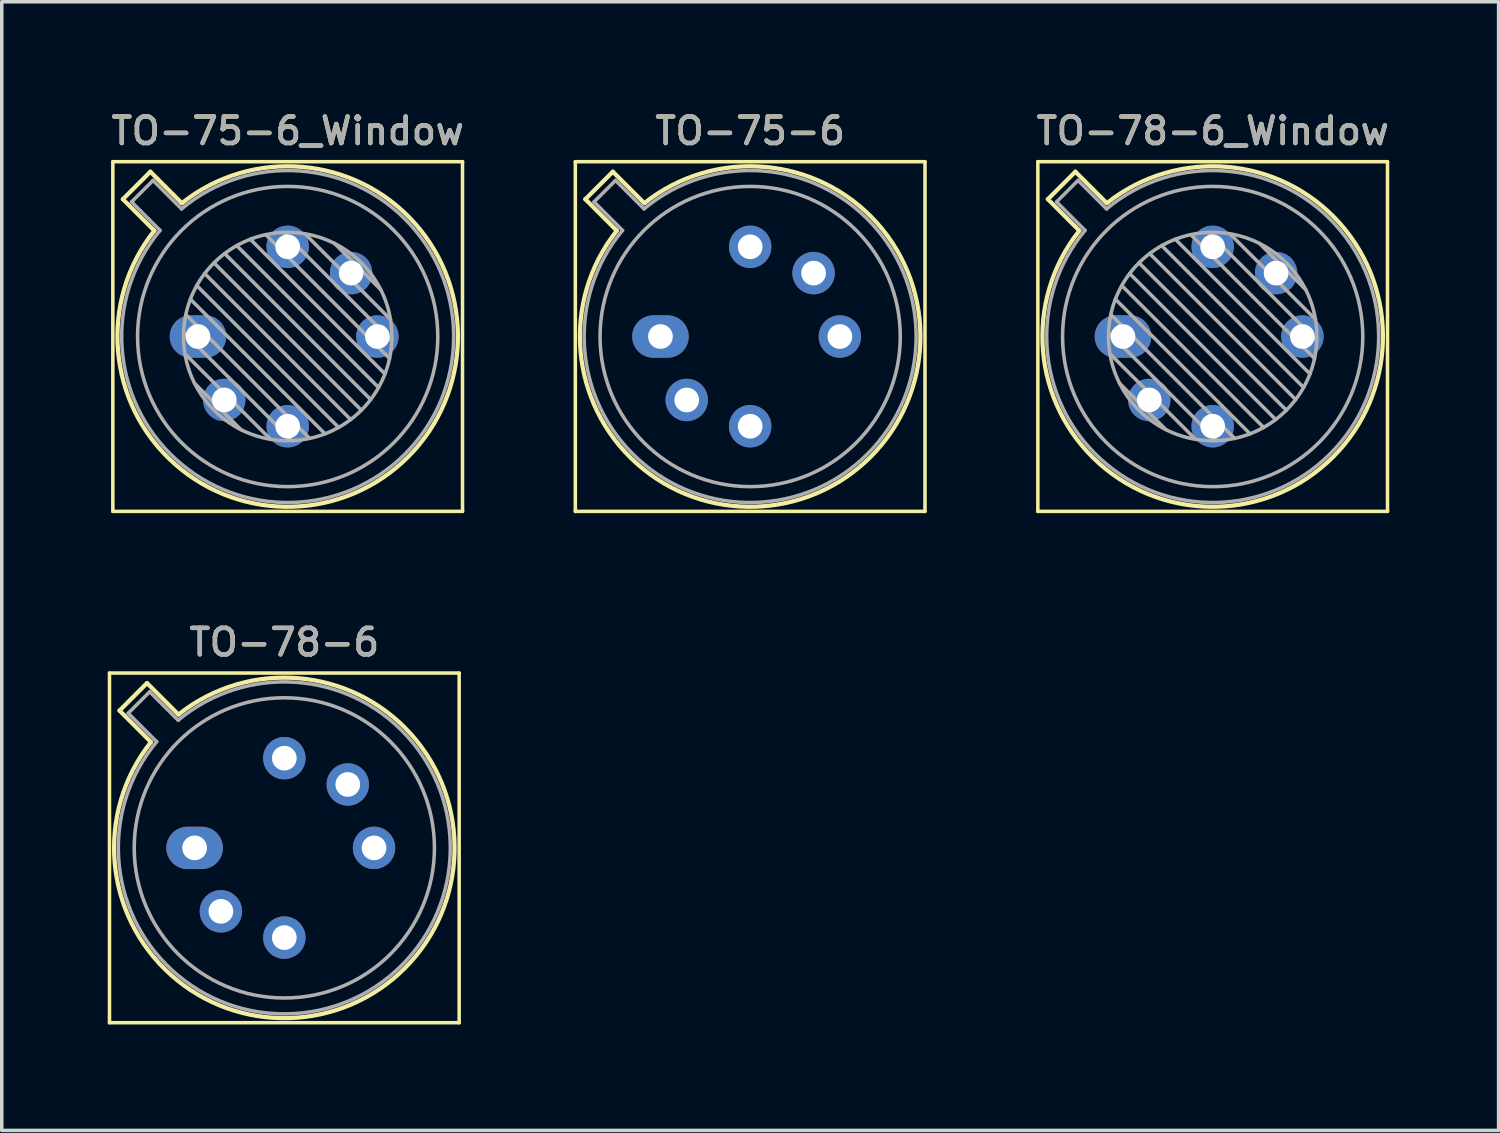
<source format=kicad_pcb>
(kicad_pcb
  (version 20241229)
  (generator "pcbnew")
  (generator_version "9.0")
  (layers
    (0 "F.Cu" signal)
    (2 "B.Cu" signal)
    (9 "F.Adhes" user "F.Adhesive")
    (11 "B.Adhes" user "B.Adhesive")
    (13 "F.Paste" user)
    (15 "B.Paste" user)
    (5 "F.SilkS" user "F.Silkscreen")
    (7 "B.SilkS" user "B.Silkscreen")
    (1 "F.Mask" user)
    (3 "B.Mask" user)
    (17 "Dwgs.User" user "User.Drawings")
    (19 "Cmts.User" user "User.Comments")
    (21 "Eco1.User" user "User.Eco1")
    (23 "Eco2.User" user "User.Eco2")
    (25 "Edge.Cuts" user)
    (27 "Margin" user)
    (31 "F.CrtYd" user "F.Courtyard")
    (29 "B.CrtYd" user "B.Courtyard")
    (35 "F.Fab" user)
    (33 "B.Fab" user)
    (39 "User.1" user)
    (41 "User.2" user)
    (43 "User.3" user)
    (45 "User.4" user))
  (footprint "TO-78-6_Window"
    (layer "F.Cu")
    (at 28.744 6.478)
    (property "Reference" "TO-78-6_Window" (at 2.54 -5.82 0) (layer "F.SilkS") (effects (font (size 0.75 0.75) (thickness 0.125))))
    (attr through_hole)
    (fp_line (start -2.41 -4.95) (end -2.41 4.95) (stroke (width 0.1) (type solid)) (layer "F.SilkS"))
    (fp_line (start -2.41 4.95) (end 7.49 4.95) (stroke (width 0.1) (type solid)) (layer "F.SilkS"))
    (fp_line (start -2.126 -3.888) (end -1.235 -2.997) (stroke (width 0.12) (type solid)) (layer "F.SilkS"))
    (fp_line (start -1.348 -4.666) (end -2.126 -3.888) (stroke (width 0.12) (type solid)) (layer "F.SilkS"))
    (fp_line (start -0.457 -3.775) (end -1.348 -4.666) (stroke (width 0.12) (type solid)) (layer "F.SilkS"))
    (fp_line (start 7.49 -4.95) (end -2.41 -4.95) (stroke (width 0.1) (type solid)) (layer "F.SilkS"))
    (fp_line (start 7.49 4.95) (end 7.49 -4.95) (stroke (width 0.1) (type solid)) (layer "F.SilkS"))
    (fp_arc (start -0.457084 -3.774902) (mid 5.948255 3.408255) (end -1.234902 -2.997084) (stroke (width 0.12) (type solid)) (layer "F.SilkS"))
    (fp_line (start -1.88 -3.812) (end -1.074 -3.005) (stroke (width 0.1) (type solid)) (layer "F.Fab"))
    (fp_line (start -1.272 -4.42) (end -1.88 -3.812) (stroke (width 0.1) (type solid)) (layer "F.Fab"))
    (fp_line (start -0.465 -3.614) (end -1.272 -4.42) (stroke (width 0.1) (type solid)) (layer "F.Fab"))
    (fp_line (start -0.408 -0.12) (end 2.66 2.948) (stroke (width 0.1) (type solid)) (layer "F.Fab"))
    (fp_line (start -0.371 0.485) (end 2.055 2.911) (stroke (width 0.1) (type solid)) (layer "F.Fab"))
    (fp_line (start -0.344 -0.622) (end 3.162 2.884) (stroke (width 0.1) (type solid)) (layer "F.Fab"))
    (fp_line (start -0.215 -1.058) (end 3.598 2.755) (stroke (width 0.1) (type solid)) (layer "F.Fab"))
    (fp_line (start -0.097 1.324) (end 1.216 2.637) (stroke (width 0.1) (type solid)) (layer "F.Fab"))
    (fp_line (start -0.034 -1.443) (end 3.983 2.574) (stroke (width 0.1) (type solid)) (layer "F.Fab"))
    (fp_line (start 0.19 -1.784) (end 4.324 2.35) (stroke (width 0.1) (type solid)) (layer "F.Fab"))
    (fp_line (start 0.454 -2.086) (end 4.626 2.086) (stroke (width 0.1) (type solid)) (layer "F.Fab"))
    (fp_line (start 0.756 -2.35) (end 4.89 1.784) (stroke (width 0.1) (type solid)) (layer "F.Fab"))
    (fp_line (start 1.097 -2.574) (end 5.114 1.443) (stroke (width 0.1) (type solid)) (layer "F.Fab"))
    (fp_line (start 1.482 -2.755) (end 5.295 1.058) (stroke (width 0.1) (type solid)) (layer "F.Fab"))
    (fp_line (start 1.918 -2.884) (end 5.424 0.622) (stroke (width 0.1) (type solid)) (layer "F.Fab"))
    (fp_line (start 2.42 -2.948) (end 5.488 0.12) (stroke (width 0.1) (type solid)) (layer "F.Fab"))
    (fp_line (start 3.025 -2.911) (end 5.451 -0.485) (stroke (width 0.1) (type solid)) (layer "F.Fab"))
    (fp_line (start 3.864 -2.637) (end 5.177 -1.324) (stroke (width 0.1) (type solid)) (layer "F.Fab"))
    (fp_arc (start -0.465408 -3.61352) (mid 5.863402 3.323402) (end -1.07352 -3.005408) (stroke (width 0.1) (type solid)) (layer "F.Fab"))
    (fp_circle (center 2.54 0) (end 5.49 0) (stroke (width 0.1) (type solid)) (fill no) (layer "F.Fab"))
    (fp_circle (center 2.54 0) (end 6.79 0) (stroke (width 0.1) (type solid)) (fill no) (layer "F.Fab"))
    (fp_text user "${REFERENCE}" (at 2.54 -5.82 0) (layer "F.Fab") (effects (font (size 0.75 0.75) (thickness 0.125))))
    (pad "1" thru_hole oval (at 0 0) (size 1.6 1.2) (drill 0.7) (layers "*.Cu" "*.Mask"))
    (pad "2" thru_hole circle (at 0.744 1.796) (size 1.2 1.2) (drill 0.7) (layers "*.Cu" "*.Mask"))
    (pad "3" thru_hole circle (at 2.54 2.54) (size 1.2 1.2) (drill 0.7) (layers "*.Cu" "*.Mask"))
    (pad "4" thru_hole circle (at 5.08 0) (size 1.2 1.2) (drill 0.7) (layers "*.Cu" "*.Mask"))
    (pad "5" thru_hole circle (at 4.336 -1.796) (size 1.2 1.2) (drill 0.7) (layers "*.Cu" "*.Mask"))
    (pad "6" thru_hole circle (at 2.54 -2.54) (size 1.2 1.2) (drill 0.7) (layers "*.Cu" "*.Mask")))
  (footprint "TO-75-6"
    (layer "F.Cu")
    (at 15.649 6.478)
    (property "Reference" "TO-75-6" (at 2.54 -5.82 0) (layer "F.SilkS") (effects (font (size 0.75 0.75) (thickness 0.125))))
    (attr through_hole)
    (fp_line (start -2.41 -4.95) (end -2.41 4.95) (stroke (width 0.1) (type solid)) (layer "F.SilkS"))
    (fp_line (start -2.41 4.95) (end 7.49 4.95) (stroke (width 0.1) (type solid)) (layer "F.SilkS"))
    (fp_line (start -2.126 -3.888) (end -1.235 -2.997) (stroke (width 0.12) (type solid)) (layer "F.SilkS"))
    (fp_line (start -1.348 -4.666) (end -2.126 -3.888) (stroke (width 0.12) (type solid)) (layer "F.SilkS"))
    (fp_line (start -0.457 -3.775) (end -1.348 -4.666) (stroke (width 0.12) (type solid)) (layer "F.SilkS"))
    (fp_line (start 7.49 -4.95) (end -2.41 -4.95) (stroke (width 0.1) (type solid)) (layer "F.SilkS"))
    (fp_line (start 7.49 4.95) (end 7.49 -4.95) (stroke (width 0.1) (type solid)) (layer "F.SilkS"))
    (fp_arc (start -0.457084 -3.774902) (mid 5.948255 3.408255) (end -1.234902 -2.997084) (stroke (width 0.12) (type solid)) (layer "F.SilkS"))
    (fp_line (start -1.88 -3.812) (end -1.074 -3.005) (stroke (width 0.1) (type solid)) (layer "F.Fab"))
    (fp_line (start -1.272 -4.42) (end -1.88 -3.812) (stroke (width 0.1) (type solid)) (layer "F.Fab"))
    (fp_line (start -0.465 -3.614) (end -1.272 -4.42) (stroke (width 0.1) (type solid)) (layer "F.Fab"))
    (fp_arc (start -0.465408 -3.61352) (mid 5.863402 3.323402) (end -1.07352 -3.005408) (stroke (width 0.1) (type solid)) (layer "F.Fab"))
    (fp_circle (center 2.54 0) (end 6.79 0) (stroke (width 0.1) (type solid)) (fill no) (layer "F.Fab"))
    (fp_text user "${REFERENCE}" (at 2.54 -5.82 0) (layer "F.Fab") (effects (font (size 0.75 0.75) (thickness 0.125))))
    (pad "1" thru_hole oval (at 0 0) (size 1.6 1.2) (drill 0.7) (layers "*.Cu" "*.Mask"))
    (pad "2" thru_hole circle (at 0.744 1.796) (size 1.2 1.2) (drill 0.7) (layers "*.Cu" "*.Mask"))
    (pad "3" thru_hole circle (at 2.54 2.54) (size 1.2 1.2) (drill 0.7) (layers "*.Cu" "*.Mask"))
    (pad "4" thru_hole circle (at 5.08 0) (size 1.2 1.2) (drill 0.7) (layers "*.Cu" "*.Mask"))
    (pad "5" thru_hole circle (at 4.336 -1.796) (size 1.2 1.2) (drill 0.7) (layers "*.Cu" "*.Mask"))
    (pad "6" thru_hole circle (at 2.54 -2.54) (size 1.2 1.2) (drill 0.7) (layers "*.Cu" "*.Mask")))
  (footprint "TO-78-6"
    (layer "F.Cu")
    (at 2.46 20.956)
    (property "Reference" "TO-78-6" (at 2.54 -5.82 0) (layer "F.SilkS") (effects (font (size 0.75 0.75) (thickness 0.125))))
    (attr through_hole)
    (fp_line (start -2.41 -4.95) (end -2.41 4.95) (stroke (width 0.1) (type solid)) (layer "F.SilkS"))
    (fp_line (start -2.41 4.95) (end 7.49 4.95) (stroke (width 0.1) (type solid)) (layer "F.SilkS"))
    (fp_line (start -2.126 -3.888) (end -1.235 -2.997) (stroke (width 0.12) (type solid)) (layer "F.SilkS"))
    (fp_line (start -1.348 -4.666) (end -2.126 -3.888) (stroke (width 0.12) (type solid)) (layer "F.SilkS"))
    (fp_line (start -0.457 -3.775) (end -1.348 -4.666) (stroke (width 0.12) (type solid)) (layer "F.SilkS"))
    (fp_line (start 7.49 -4.95) (end -2.41 -4.95) (stroke (width 0.1) (type solid)) (layer "F.SilkS"))
    (fp_line (start 7.49 4.95) (end 7.49 -4.95) (stroke (width 0.1) (type solid)) (layer "F.SilkS"))
    (fp_arc (start -0.457084 -3.774902) (mid 5.948255 3.408255) (end -1.234902 -2.997084) (stroke (width 0.12) (type solid)) (layer "F.SilkS"))
    (fp_line (start -1.88 -3.812) (end -1.074 -3.005) (stroke (width 0.1) (type solid)) (layer "F.Fab"))
    (fp_line (start -1.272 -4.42) (end -1.88 -3.812) (stroke (width 0.1) (type solid)) (layer "F.Fab"))
    (fp_line (start -0.465 -3.614) (end -1.272 -4.42) (stroke (width 0.1) (type solid)) (layer "F.Fab"))
    (fp_arc (start -0.465408 -3.61352) (mid 5.863402 3.323402) (end -1.07352 -3.005408) (stroke (width 0.1) (type solid)) (layer "F.Fab"))
    (fp_circle (center 2.54 0) (end 6.79 0) (stroke (width 0.1) (type solid)) (fill no) (layer "F.Fab"))
    (fp_text user "${REFERENCE}" (at 2.54 -5.82 0) (layer "F.Fab") (effects (font (size 0.75 0.75) (thickness 0.125))))
    (pad "1" thru_hole oval (at 0 0) (size 1.6 1.2) (drill 0.7) (layers "*.Cu" "*.Mask"))
    (pad "2" thru_hole circle (at 0.744 1.796) (size 1.2 1.2) (drill 0.7) (layers "*.Cu" "*.Mask"))
    (pad "3" thru_hole circle (at 2.54 2.54) (size 1.2 1.2) (drill 0.7) (layers "*.Cu" "*.Mask"))
    (pad "4" thru_hole circle (at 5.08 0) (size 1.2 1.2) (drill 0.7) (layers "*.Cu" "*.Mask"))
    (pad "5" thru_hole circle (at 4.336 -1.796) (size 1.2 1.2) (drill 0.7) (layers "*.Cu" "*.Mask"))
    (pad "6" thru_hole circle (at 2.54 -2.54) (size 1.2 1.2) (drill 0.7) (layers "*.Cu" "*.Mask")))
  (footprint "TO-75-6_Window"
    (layer "F.Cu")
    (at 2.555 6.478)
    (property "Reference" "TO-75-6_Window" (at 2.54 -5.82 0) (layer "F.SilkS") (effects (font (size 0.75 0.75) (thickness 0.125))))
    (attr through_hole)
    (fp_line (start -2.41 -4.95) (end -2.41 4.95) (stroke (width 0.1) (type solid)) (layer "F.SilkS"))
    (fp_line (start -2.41 4.95) (end 7.49 4.95) (stroke (width 0.1) (type solid)) (layer "F.SilkS"))
    (fp_line (start -2.126 -3.888) (end -1.235 -2.997) (stroke (width 0.12) (type solid)) (layer "F.SilkS"))
    (fp_line (start -1.348 -4.666) (end -2.126 -3.888) (stroke (width 0.12) (type solid)) (layer "F.SilkS"))
    (fp_line (start -0.457 -3.775) (end -1.348 -4.666) (stroke (width 0.12) (type solid)) (layer "F.SilkS"))
    (fp_line (start 7.49 -4.95) (end -2.41 -4.95) (stroke (width 0.1) (type solid)) (layer "F.SilkS"))
    (fp_line (start 7.49 4.95) (end 7.49 -4.95) (stroke (width 0.1) (type solid)) (layer "F.SilkS"))
    (fp_arc (start -0.457084 -3.774902) (mid 5.948255 3.408255) (end -1.234902 -2.997084) (stroke (width 0.12) (type solid)) (layer "F.SilkS"))
    (fp_line (start -1.88 -3.812) (end -1.074 -3.005) (stroke (width 0.1) (type solid)) (layer "F.Fab"))
    (fp_line (start -1.272 -4.42) (end -1.88 -3.812) (stroke (width 0.1) (type solid)) (layer "F.Fab"))
    (fp_line (start -0.465 -3.614) (end -1.272 -4.42) (stroke (width 0.1) (type solid)) (layer "F.Fab"))
    (fp_line (start -0.408 -0.12) (end 2.66 2.948) (stroke (width 0.1) (type solid)) (layer "F.Fab"))
    (fp_line (start -0.371 0.485) (end 2.055 2.911) (stroke (width 0.1) (type solid)) (layer "F.Fab"))
    (fp_line (start -0.344 -0.622) (end 3.162 2.884) (stroke (width 0.1) (type solid)) (layer "F.Fab"))
    (fp_line (start -0.215 -1.058) (end 3.598 2.755) (stroke (width 0.1) (type solid)) (layer "F.Fab"))
    (fp_line (start -0.097 1.324) (end 1.216 2.637) (stroke (width 0.1) (type solid)) (layer "F.Fab"))
    (fp_line (start -0.034 -1.443) (end 3.983 2.574) (stroke (width 0.1) (type solid)) (layer "F.Fab"))
    (fp_line (start 0.19 -1.784) (end 4.324 2.35) (stroke (width 0.1) (type solid)) (layer "F.Fab"))
    (fp_line (start 0.454 -2.086) (end 4.626 2.086) (stroke (width 0.1) (type solid)) (layer "F.Fab"))
    (fp_line (start 0.756 -2.35) (end 4.89 1.784) (stroke (width 0.1) (type solid)) (layer "F.Fab"))
    (fp_line (start 1.097 -2.574) (end 5.114 1.443) (stroke (width 0.1) (type solid)) (layer "F.Fab"))
    (fp_line (start 1.482 -2.755) (end 5.295 1.058) (stroke (width 0.1) (type solid)) (layer "F.Fab"))
    (fp_line (start 1.918 -2.884) (end 5.424 0.622) (stroke (width 0.1) (type solid)) (layer "F.Fab"))
    (fp_line (start 2.42 -2.948) (end 5.488 0.12) (stroke (width 0.1) (type solid)) (layer "F.Fab"))
    (fp_line (start 3.025 -2.911) (end 5.451 -0.485) (stroke (width 0.1) (type solid)) (layer "F.Fab"))
    (fp_line (start 3.864 -2.637) (end 5.177 -1.324) (stroke (width 0.1) (type solid)) (layer "F.Fab"))
    (fp_arc (start -0.465408 -3.61352) (mid 5.863402 3.323402) (end -1.07352 -3.005408) (stroke (width 0.1) (type solid)) (layer "F.Fab"))
    (fp_circle (center 2.54 0) (end 5.49 0) (stroke (width 0.1) (type solid)) (fill no) (layer "F.Fab"))
    (fp_circle (center 2.54 0) (end 6.79 0) (stroke (width 0.1) (type solid)) (fill no) (layer "F.Fab"))
    (fp_text user "${REFERENCE}" (at 2.54 -5.82 0) (layer "F.Fab") (effects (font (size 0.75 0.75) (thickness 0.125))))
    (pad "1" thru_hole oval (at 0 0) (size 1.6 1.2) (drill 0.7) (layers "*.Cu" "*.Mask"))
    (pad "2" thru_hole circle (at 0.744 1.796) (size 1.2 1.2) (drill 0.7) (layers "*.Cu" "*.Mask"))
    (pad "3" thru_hole circle (at 2.54 2.54) (size 1.2 1.2) (drill 0.7) (layers "*.Cu" "*.Mask"))
    (pad "4" thru_hole circle (at 5.08 0) (size 1.2 1.2) (drill 0.7) (layers "*.Cu" "*.Mask"))
    (pad "5" thru_hole circle (at 4.336 -1.796) (size 1.2 1.2) (drill 0.7) (layers "*.Cu" "*.Mask"))
    (pad "6" thru_hole circle (at 2.54 -2.54) (size 1.2 1.2) (drill 0.7) (layers "*.Cu" "*.Mask")))
  (gr_rect
    (start -3 -3)
    (end 39.379 28.956)
    (stroke (width 0.1) (type default))
    (fill no)
    (layer "Edge.Cuts")))
</source>
